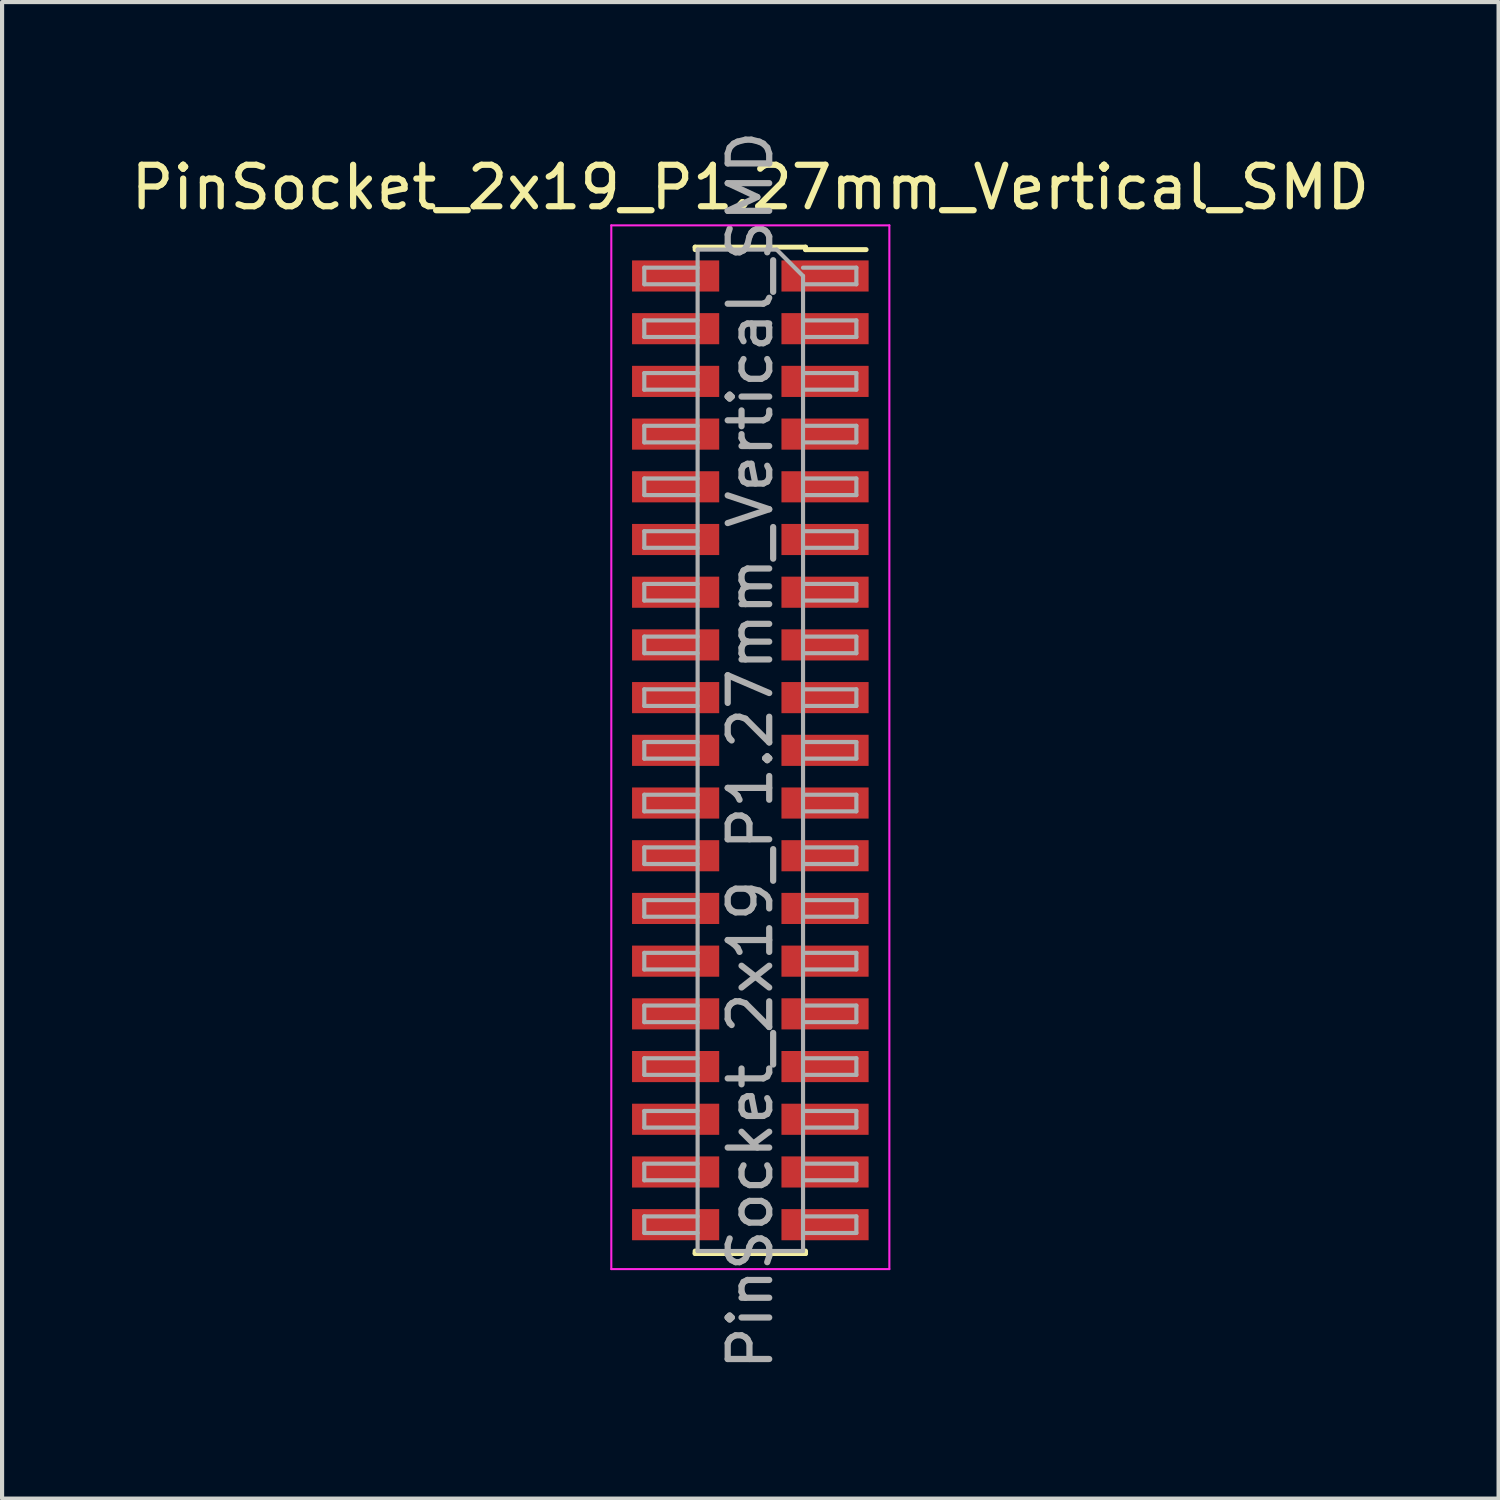
<source format=kicad_pcb>
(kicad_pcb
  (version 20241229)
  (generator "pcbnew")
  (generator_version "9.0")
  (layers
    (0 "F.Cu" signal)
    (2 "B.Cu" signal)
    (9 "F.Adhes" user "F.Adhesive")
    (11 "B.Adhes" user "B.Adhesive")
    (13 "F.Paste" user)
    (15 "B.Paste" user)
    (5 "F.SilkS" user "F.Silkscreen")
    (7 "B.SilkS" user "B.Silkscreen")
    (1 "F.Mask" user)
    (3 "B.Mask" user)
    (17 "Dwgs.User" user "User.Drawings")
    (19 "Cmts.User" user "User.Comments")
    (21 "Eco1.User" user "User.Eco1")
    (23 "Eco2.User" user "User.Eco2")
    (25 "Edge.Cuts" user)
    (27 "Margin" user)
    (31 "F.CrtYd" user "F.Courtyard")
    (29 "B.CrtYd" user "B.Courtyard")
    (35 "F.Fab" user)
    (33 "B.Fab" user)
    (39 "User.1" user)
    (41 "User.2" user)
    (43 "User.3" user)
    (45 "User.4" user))
  (footprint "PinSocket_2x19_P1.27mm_Vertical_SMD"
    (layer "F.Cu")
    (at 15.03 15.03)
    (property "Reference" "PinSocket_2x19_P1.27mm_Vertical_SMD" (at 0 -13.565 0) (layer "F.SilkS") (effects (font (size 1 1) (thickness 0.15))))
    (attr smd)
    (fp_line (start -1.33 -12.125) (end -1.33 -12.065) (stroke (width 0.12) (type solid)) (layer "F.SilkS"))
    (fp_line (start -1.33 -12.125) (end 1.33 -12.125) (stroke (width 0.12) (type solid)) (layer "F.SilkS"))
    (fp_line (start -1.33 12.065) (end -1.33 12.125) (stroke (width 0.12) (type solid)) (layer "F.SilkS"))
    (fp_line (start -1.33 12.125) (end 1.33 12.125) (stroke (width 0.12) (type solid)) (layer "F.SilkS"))
    (fp_line (start 1.33 -12.125) (end 1.33 -12.065) (stroke (width 0.12) (type solid)) (layer "F.SilkS"))
    (fp_line (start 1.33 -12.065) (end 2.79 -12.065) (stroke (width 0.12) (type solid)) (layer "F.SilkS"))
    (fp_line (start 1.33 12.065) (end 1.33 12.125) (stroke (width 0.12) (type solid)) (layer "F.SilkS"))
    (fp_line (start -3.35 -12.65) (end 3.35 -12.65) (stroke (width 0.05) (type solid)) (layer "F.CrtYd"))
    (fp_line (start -3.35 12.5) (end -3.35 -12.65) (stroke (width 0.05) (type solid)) (layer "F.CrtYd"))
    (fp_line (start 3.35 -12.65) (end 3.35 12.5) (stroke (width 0.05) (type solid)) (layer "F.CrtYd"))
    (fp_line (start 3.35 12.5) (end -3.35 12.5) (stroke (width 0.05) (type solid)) (layer "F.CrtYd"))
    (fp_line (start -2.555 -11.63) (end -1.27 -11.63) (stroke (width 0.1) (type solid)) (layer "F.Fab"))
    (fp_line (start -2.555 -11.23) (end -2.555 -11.63) (stroke (width 0.1) (type solid)) (layer "F.Fab"))
    (fp_line (start -2.555 -10.36) (end -1.27 -10.36) (stroke (width 0.1) (type solid)) (layer "F.Fab"))
    (fp_line (start -2.555 -9.96) (end -2.555 -10.36) (stroke (width 0.1) (type solid)) (layer "F.Fab"))
    (fp_line (start -2.555 -9.09) (end -1.27 -9.09) (stroke (width 0.1) (type solid)) (layer "F.Fab"))
    (fp_line (start -2.555 -8.69) (end -2.555 -9.09) (stroke (width 0.1) (type solid)) (layer "F.Fab"))
    (fp_line (start -2.555 -7.82) (end -1.27 -7.82) (stroke (width 0.1) (type solid)) (layer "F.Fab"))
    (fp_line (start -2.555 -7.42) (end -2.555 -7.82) (stroke (width 0.1) (type solid)) (layer "F.Fab"))
    (fp_line (start -2.555 -6.55) (end -1.27 -6.55) (stroke (width 0.1) (type solid)) (layer "F.Fab"))
    (fp_line (start -2.555 -6.15) (end -2.555 -6.55) (stroke (width 0.1) (type solid)) (layer "F.Fab"))
    (fp_line (start -2.555 -5.28) (end -1.27 -5.28) (stroke (width 0.1) (type solid)) (layer "F.Fab"))
    (fp_line (start -2.555 -4.88) (end -2.555 -5.28) (stroke (width 0.1) (type solid)) (layer "F.Fab"))
    (fp_line (start -2.555 -4.01) (end -1.27 -4.01) (stroke (width 0.1) (type solid)) (layer "F.Fab"))
    (fp_line (start -2.555 -3.61) (end -2.555 -4.01) (stroke (width 0.1) (type solid)) (layer "F.Fab"))
    (fp_line (start -2.555 -2.74) (end -1.27 -2.74) (stroke (width 0.1) (type solid)) (layer "F.Fab"))
    (fp_line (start -2.555 -2.34) (end -2.555 -2.74) (stroke (width 0.1) (type solid)) (layer "F.Fab"))
    (fp_line (start -2.555 -1.47) (end -1.27 -1.47) (stroke (width 0.1) (type solid)) (layer "F.Fab"))
    (fp_line (start -2.555 -1.07) (end -2.555 -1.47) (stroke (width 0.1) (type solid)) (layer "F.Fab"))
    (fp_line (start -2.555 -0.2) (end -1.27 -0.2) (stroke (width 0.1) (type solid)) (layer "F.Fab"))
    (fp_line (start -2.555 0.2) (end -2.555 -0.2) (stroke (width 0.1) (type solid)) (layer "F.Fab"))
    (fp_line (start -2.555 1.07) (end -1.27 1.07) (stroke (width 0.1) (type solid)) (layer "F.Fab"))
    (fp_line (start -2.555 1.47) (end -2.555 1.07) (stroke (width 0.1) (type solid)) (layer "F.Fab"))
    (fp_line (start -2.555 2.34) (end -1.27 2.34) (stroke (width 0.1) (type solid)) (layer "F.Fab"))
    (fp_line (start -2.555 2.74) (end -2.555 2.34) (stroke (width 0.1) (type solid)) (layer "F.Fab"))
    (fp_line (start -2.555 3.61) (end -1.27 3.61) (stroke (width 0.1) (type solid)) (layer "F.Fab"))
    (fp_line (start -2.555 4.01) (end -2.555 3.61) (stroke (width 0.1) (type solid)) (layer "F.Fab"))
    (fp_line (start -2.555 4.88) (end -1.27 4.88) (stroke (width 0.1) (type solid)) (layer "F.Fab"))
    (fp_line (start -2.555 5.28) (end -2.555 4.88) (stroke (width 0.1) (type solid)) (layer "F.Fab"))
    (fp_line (start -2.555 6.15) (end -1.27 6.15) (stroke (width 0.1) (type solid)) (layer "F.Fab"))
    (fp_line (start -2.555 6.55) (end -2.555 6.15) (stroke (width 0.1) (type solid)) (layer "F.Fab"))
    (fp_line (start -2.555 7.42) (end -1.27 7.42) (stroke (width 0.1) (type solid)) (layer "F.Fab"))
    (fp_line (start -2.555 7.82) (end -2.555 7.42) (stroke (width 0.1) (type solid)) (layer "F.Fab"))
    (fp_line (start -2.555 8.69) (end -1.27 8.69) (stroke (width 0.1) (type solid)) (layer "F.Fab"))
    (fp_line (start -2.555 9.09) (end -2.555 8.69) (stroke (width 0.1) (type solid)) (layer "F.Fab"))
    (fp_line (start -2.555 9.96) (end -1.27 9.96) (stroke (width 0.1) (type solid)) (layer "F.Fab"))
    (fp_line (start -2.555 10.36) (end -2.555 9.96) (stroke (width 0.1) (type solid)) (layer "F.Fab"))
    (fp_line (start -2.555 11.23) (end -1.27 11.23) (stroke (width 0.1) (type solid)) (layer "F.Fab"))
    (fp_line (start -2.555 11.63) (end -2.555 11.23) (stroke (width 0.1) (type solid)) (layer "F.Fab"))
    (fp_line (start -1.27 -12.065) (end 0.635 -12.065) (stroke (width 0.1) (type solid)) (layer "F.Fab"))
    (fp_line (start -1.27 -11.23) (end -2.555 -11.23) (stroke (width 0.1) (type solid)) (layer "F.Fab"))
    (fp_line (start -1.27 -9.96) (end -2.555 -9.96) (stroke (width 0.1) (type solid)) (layer "F.Fab"))
    (fp_line (start -1.27 -8.69) (end -2.555 -8.69) (stroke (width 0.1) (type solid)) (layer "F.Fab"))
    (fp_line (start -1.27 -7.42) (end -2.555 -7.42) (stroke (width 0.1) (type solid)) (layer "F.Fab"))
    (fp_line (start -1.27 -6.15) (end -2.555 -6.15) (stroke (width 0.1) (type solid)) (layer "F.Fab"))
    (fp_line (start -1.27 -4.88) (end -2.555 -4.88) (stroke (width 0.1) (type solid)) (layer "F.Fab"))
    (fp_line (start -1.27 -3.61) (end -2.555 -3.61) (stroke (width 0.1) (type solid)) (layer "F.Fab"))
    (fp_line (start -1.27 -2.34) (end -2.555 -2.34) (stroke (width 0.1) (type solid)) (layer "F.Fab"))
    (fp_line (start -1.27 -1.07) (end -2.555 -1.07) (stroke (width 0.1) (type solid)) (layer "F.Fab"))
    (fp_line (start -1.27 0.2) (end -2.555 0.2) (stroke (width 0.1) (type solid)) (layer "F.Fab"))
    (fp_line (start -1.27 1.47) (end -2.555 1.47) (stroke (width 0.1) (type solid)) (layer "F.Fab"))
    (fp_line (start -1.27 2.74) (end -2.555 2.74) (stroke (width 0.1) (type solid)) (layer "F.Fab"))
    (fp_line (start -1.27 4.01) (end -2.555 4.01) (stroke (width 0.1) (type solid)) (layer "F.Fab"))
    (fp_line (start -1.27 5.28) (end -2.555 5.28) (stroke (width 0.1) (type solid)) (layer "F.Fab"))
    (fp_line (start -1.27 6.55) (end -2.555 6.55) (stroke (width 0.1) (type solid)) (layer "F.Fab"))
    (fp_line (start -1.27 7.82) (end -2.555 7.82) (stroke (width 0.1) (type solid)) (layer "F.Fab"))
    (fp_line (start -1.27 9.09) (end -2.555 9.09) (stroke (width 0.1) (type solid)) (layer "F.Fab"))
    (fp_line (start -1.27 10.36) (end -2.555 10.36) (stroke (width 0.1) (type solid)) (layer "F.Fab"))
    (fp_line (start -1.27 11.63) (end -2.555 11.63) (stroke (width 0.1) (type solid)) (layer "F.Fab"))
    (fp_line (start -1.27 12.065) (end -1.27 -12.065) (stroke (width 0.1) (type solid)) (layer "F.Fab"))
    (fp_line (start 0.635 -12.065) (end 1.27 -11.43) (stroke (width 0.1) (type solid)) (layer "F.Fab"))
    (fp_line (start 1.27 -11.63) (end 2.555 -11.63) (stroke (width 0.1) (type solid)) (layer "F.Fab"))
    (fp_line (start 1.27 -11.43) (end 1.27 12.065) (stroke (width 0.1) (type solid)) (layer "F.Fab"))
    (fp_line (start 1.27 -10.36) (end 2.555 -10.36) (stroke (width 0.1) (type solid)) (layer "F.Fab"))
    (fp_line (start 1.27 -9.09) (end 2.555 -9.09) (stroke (width 0.1) (type solid)) (layer "F.Fab"))
    (fp_line (start 1.27 -7.82) (end 2.555 -7.82) (stroke (width 0.1) (type solid)) (layer "F.Fab"))
    (fp_line (start 1.27 -6.55) (end 2.555 -6.55) (stroke (width 0.1) (type solid)) (layer "F.Fab"))
    (fp_line (start 1.27 -5.28) (end 2.555 -5.28) (stroke (width 0.1) (type solid)) (layer "F.Fab"))
    (fp_line (start 1.27 -4.01) (end 2.555 -4.01) (stroke (width 0.1) (type solid)) (layer "F.Fab"))
    (fp_line (start 1.27 -2.74) (end 2.555 -2.74) (stroke (width 0.1) (type solid)) (layer "F.Fab"))
    (fp_line (start 1.27 -1.47) (end 2.555 -1.47) (stroke (width 0.1) (type solid)) (layer "F.Fab"))
    (fp_line (start 1.27 -0.2) (end 2.555 -0.2) (stroke (width 0.1) (type solid)) (layer "F.Fab"))
    (fp_line (start 1.27 1.07) (end 2.555 1.07) (stroke (width 0.1) (type solid)) (layer "F.Fab"))
    (fp_line (start 1.27 2.34) (end 2.555 2.34) (stroke (width 0.1) (type solid)) (layer "F.Fab"))
    (fp_line (start 1.27 3.61) (end 2.555 3.61) (stroke (width 0.1) (type solid)) (layer "F.Fab"))
    (fp_line (start 1.27 4.88) (end 2.555 4.88) (stroke (width 0.1) (type solid)) (layer "F.Fab"))
    (fp_line (start 1.27 6.15) (end 2.555 6.15) (stroke (width 0.1) (type solid)) (layer "F.Fab"))
    (fp_line (start 1.27 7.42) (end 2.555 7.42) (stroke (width 0.1) (type solid)) (layer "F.Fab"))
    (fp_line (start 1.27 8.69) (end 2.555 8.69) (stroke (width 0.1) (type solid)) (layer "F.Fab"))
    (fp_line (start 1.27 9.96) (end 2.555 9.96) (stroke (width 0.1) (type solid)) (layer "F.Fab"))
    (fp_line (start 1.27 11.23) (end 2.555 11.23) (stroke (width 0.1) (type solid)) (layer "F.Fab"))
    (fp_line (start 1.27 12.065) (end -1.27 12.065) (stroke (width 0.1) (type solid)) (layer "F.Fab"))
    (fp_line (start 2.555 -11.63) (end 2.555 -11.23) (stroke (width 0.1) (type solid)) (layer "F.Fab"))
    (fp_line (start 2.555 -11.23) (end 1.27 -11.23) (stroke (width 0.1) (type solid)) (layer "F.Fab"))
    (fp_line (start 2.555 -10.36) (end 2.555 -9.96) (stroke (width 0.1) (type solid)) (layer "F.Fab"))
    (fp_line (start 2.555 -9.96) (end 1.27 -9.96) (stroke (width 0.1) (type solid)) (layer "F.Fab"))
    (fp_line (start 2.555 -9.09) (end 2.555 -8.69) (stroke (width 0.1) (type solid)) (layer "F.Fab"))
    (fp_line (start 2.555 -8.69) (end 1.27 -8.69) (stroke (width 0.1) (type solid)) (layer "F.Fab"))
    (fp_line (start 2.555 -7.82) (end 2.555 -7.42) (stroke (width 0.1) (type solid)) (layer "F.Fab"))
    (fp_line (start 2.555 -7.42) (end 1.27 -7.42) (stroke (width 0.1) (type solid)) (layer "F.Fab"))
    (fp_line (start 2.555 -6.55) (end 2.555 -6.15) (stroke (width 0.1) (type solid)) (layer "F.Fab"))
    (fp_line (start 2.555 -6.15) (end 1.27 -6.15) (stroke (width 0.1) (type solid)) (layer "F.Fab"))
    (fp_line (start 2.555 -5.28) (end 2.555 -4.88) (stroke (width 0.1) (type solid)) (layer "F.Fab"))
    (fp_line (start 2.555 -4.88) (end 1.27 -4.88) (stroke (width 0.1) (type solid)) (layer "F.Fab"))
    (fp_line (start 2.555 -4.01) (end 2.555 -3.61) (stroke (width 0.1) (type solid)) (layer "F.Fab"))
    (fp_line (start 2.555 -3.61) (end 1.27 -3.61) (stroke (width 0.1) (type solid)) (layer "F.Fab"))
    (fp_line (start 2.555 -2.74) (end 2.555 -2.34) (stroke (width 0.1) (type solid)) (layer "F.Fab"))
    (fp_line (start 2.555 -2.34) (end 1.27 -2.34) (stroke (width 0.1) (type solid)) (layer "F.Fab"))
    (fp_line (start 2.555 -1.47) (end 2.555 -1.07) (stroke (width 0.1) (type solid)) (layer "F.Fab"))
    (fp_line (start 2.555 -1.07) (end 1.27 -1.07) (stroke (width 0.1) (type solid)) (layer "F.Fab"))
    (fp_line (start 2.555 -0.2) (end 2.555 0.2) (stroke (width 0.1) (type solid)) (layer "F.Fab"))
    (fp_line (start 2.555 0.2) (end 1.27 0.2) (stroke (width 0.1) (type solid)) (layer "F.Fab"))
    (fp_line (start 2.555 1.07) (end 2.555 1.47) (stroke (width 0.1) (type solid)) (layer "F.Fab"))
    (fp_line (start 2.555 1.47) (end 1.27 1.47) (stroke (width 0.1) (type solid)) (layer "F.Fab"))
    (fp_line (start 2.555 2.34) (end 2.555 2.74) (stroke (width 0.1) (type solid)) (layer "F.Fab"))
    (fp_line (start 2.555 2.74) (end 1.27 2.74) (stroke (width 0.1) (type solid)) (layer "F.Fab"))
    (fp_line (start 2.555 3.61) (end 2.555 4.01) (stroke (width 0.1) (type solid)) (layer "F.Fab"))
    (fp_line (start 2.555 4.01) (end 1.27 4.01) (stroke (width 0.1) (type solid)) (layer "F.Fab"))
    (fp_line (start 2.555 4.88) (end 2.555 5.28) (stroke (width 0.1) (type solid)) (layer "F.Fab"))
    (fp_line (start 2.555 5.28) (end 1.27 5.28) (stroke (width 0.1) (type solid)) (layer "F.Fab"))
    (fp_line (start 2.555 6.15) (end 2.555 6.55) (stroke (width 0.1) (type solid)) (layer "F.Fab"))
    (fp_line (start 2.555 6.55) (end 1.27 6.55) (stroke (width 0.1) (type solid)) (layer "F.Fab"))
    (fp_line (start 2.555 7.42) (end 2.555 7.82) (stroke (width 0.1) (type solid)) (layer "F.Fab"))
    (fp_line (start 2.555 7.82) (end 1.27 7.82) (stroke (width 0.1) (type solid)) (layer "F.Fab"))
    (fp_line (start 2.555 8.69) (end 2.555 9.09) (stroke (width 0.1) (type solid)) (layer "F.Fab"))
    (fp_line (start 2.555 9.09) (end 1.27 9.09) (stroke (width 0.1) (type solid)) (layer "F.Fab"))
    (fp_line (start 2.555 9.96) (end 2.555 10.36) (stroke (width 0.1) (type solid)) (layer "F.Fab"))
    (fp_line (start 2.555 10.36) (end 1.27 10.36) (stroke (width 0.1) (type solid)) (layer "F.Fab"))
    (fp_line (start 2.555 11.23) (end 2.555 11.63) (stroke (width 0.1) (type solid)) (layer "F.Fab"))
    (fp_line (start 2.555 11.63) (end 1.27 11.63) (stroke (width 0.1) (type solid)) (layer "F.Fab"))
    (fp_text user "${REFERENCE}" (at 0 0 90) (layer "F.Fab") (effects (font (size 1 1) (thickness 0.15))))
    (pad "1" smd rect (at 1.8 -11.43) (size 2.1 0.75) (layers "F.Cu" "F.Mask" "F.Paste"))
    (pad "2" smd rect (at -1.8 -11.43) (size 2.1 0.75) (layers "F.Cu" "F.Mask" "F.Paste"))
    (pad "3" smd rect (at 1.8 -10.16) (size 2.1 0.75) (layers "F.Cu" "F.Mask" "F.Paste"))
    (pad "4" smd rect (at -1.8 -10.16) (size 2.1 0.75) (layers "F.Cu" "F.Mask" "F.Paste"))
    (pad "5" smd rect (at 1.8 -8.89) (size 2.1 0.75) (layers "F.Cu" "F.Mask" "F.Paste"))
    (pad "6" smd rect (at -1.8 -8.89) (size 2.1 0.75) (layers "F.Cu" "F.Mask" "F.Paste"))
    (pad "7" smd rect (at 1.8 -7.62) (size 2.1 0.75) (layers "F.Cu" "F.Mask" "F.Paste"))
    (pad "8" smd rect (at -1.8 -7.62) (size 2.1 0.75) (layers "F.Cu" "F.Mask" "F.Paste"))
    (pad "9" smd rect (at 1.8 -6.35) (size 2.1 0.75) (layers "F.Cu" "F.Mask" "F.Paste"))
    (pad "10" smd rect (at -1.8 -6.35) (size 2.1 0.75) (layers "F.Cu" "F.Mask" "F.Paste"))
    (pad "11" smd rect (at 1.8 -5.08) (size 2.1 0.75) (layers "F.Cu" "F.Mask" "F.Paste"))
    (pad "12" smd rect (at -1.8 -5.08) (size 2.1 0.75) (layers "F.Cu" "F.Mask" "F.Paste"))
    (pad "13" smd rect (at 1.8 -3.81) (size 2.1 0.75) (layers "F.Cu" "F.Mask" "F.Paste"))
    (pad "14" smd rect (at -1.8 -3.81) (size 2.1 0.75) (layers "F.Cu" "F.Mask" "F.Paste"))
    (pad "15" smd rect (at 1.8 -2.54) (size 2.1 0.75) (layers "F.Cu" "F.Mask" "F.Paste"))
    (pad "16" smd rect (at -1.8 -2.54) (size 2.1 0.75) (layers "F.Cu" "F.Mask" "F.Paste"))
    (pad "17" smd rect (at 1.8 -1.27) (size 2.1 0.75) (layers "F.Cu" "F.Mask" "F.Paste"))
    (pad "18" smd rect (at -1.8 -1.27) (size 2.1 0.75) (layers "F.Cu" "F.Mask" "F.Paste"))
    (pad "19" smd rect (at 1.8 0) (size 2.1 0.75) (layers "F.Cu" "F.Mask" "F.Paste"))
    (pad "20" smd rect (at -1.8 0) (size 2.1 0.75) (layers "F.Cu" "F.Mask" "F.Paste"))
    (pad "21" smd rect (at 1.8 1.27) (size 2.1 0.75) (layers "F.Cu" "F.Mask" "F.Paste"))
    (pad "22" smd rect (at -1.8 1.27) (size 2.1 0.75) (layers "F.Cu" "F.Mask" "F.Paste"))
    (pad "23" smd rect (at 1.8 2.54) (size 2.1 0.75) (layers "F.Cu" "F.Mask" "F.Paste"))
    (pad "24" smd rect (at -1.8 2.54) (size 2.1 0.75) (layers "F.Cu" "F.Mask" "F.Paste"))
    (pad "25" smd rect (at 1.8 3.81) (size 2.1 0.75) (layers "F.Cu" "F.Mask" "F.Paste"))
    (pad "26" smd rect (at -1.8 3.81) (size 2.1 0.75) (layers "F.Cu" "F.Mask" "F.Paste"))
    (pad "27" smd rect (at 1.8 5.08) (size 2.1 0.75) (layers "F.Cu" "F.Mask" "F.Paste"))
    (pad "28" smd rect (at -1.8 5.08) (size 2.1 0.75) (layers "F.Cu" "F.Mask" "F.Paste"))
    (pad "29" smd rect (at 1.8 6.35) (size 2.1 0.75) (layers "F.Cu" "F.Mask" "F.Paste"))
    (pad "30" smd rect (at -1.8 6.35) (size 2.1 0.75) (layers "F.Cu" "F.Mask" "F.Paste"))
    (pad "31" smd rect (at 1.8 7.62) (size 2.1 0.75) (layers "F.Cu" "F.Mask" "F.Paste"))
    (pad "32" smd rect (at -1.8 7.62) (size 2.1 0.75) (layers "F.Cu" "F.Mask" "F.Paste"))
    (pad "33" smd rect (at 1.8 8.89) (size 2.1 0.75) (layers "F.Cu" "F.Mask" "F.Paste"))
    (pad "34" smd rect (at -1.8 8.89) (size 2.1 0.75) (layers "F.Cu" "F.Mask" "F.Paste"))
    (pad "35" smd rect (at 1.8 10.16) (size 2.1 0.75) (layers "F.Cu" "F.Mask" "F.Paste"))
    (pad "36" smd rect (at -1.8 10.16) (size 2.1 0.75) (layers "F.Cu" "F.Mask" "F.Paste"))
    (pad "37" smd rect (at 1.8 11.43) (size 2.1 0.75) (layers "F.Cu" "F.Mask" "F.Paste"))
    (pad "38" smd rect (at -1.8 11.43) (size 2.1 0.75) (layers "F.Cu" "F.Mask" "F.Paste")))
  (gr_rect
    (start -3 -3)
    (end 33.06 33.06)
    (stroke (width 0.1) (type default))
    (fill no)
    (layer "Edge.Cuts")))
</source>
